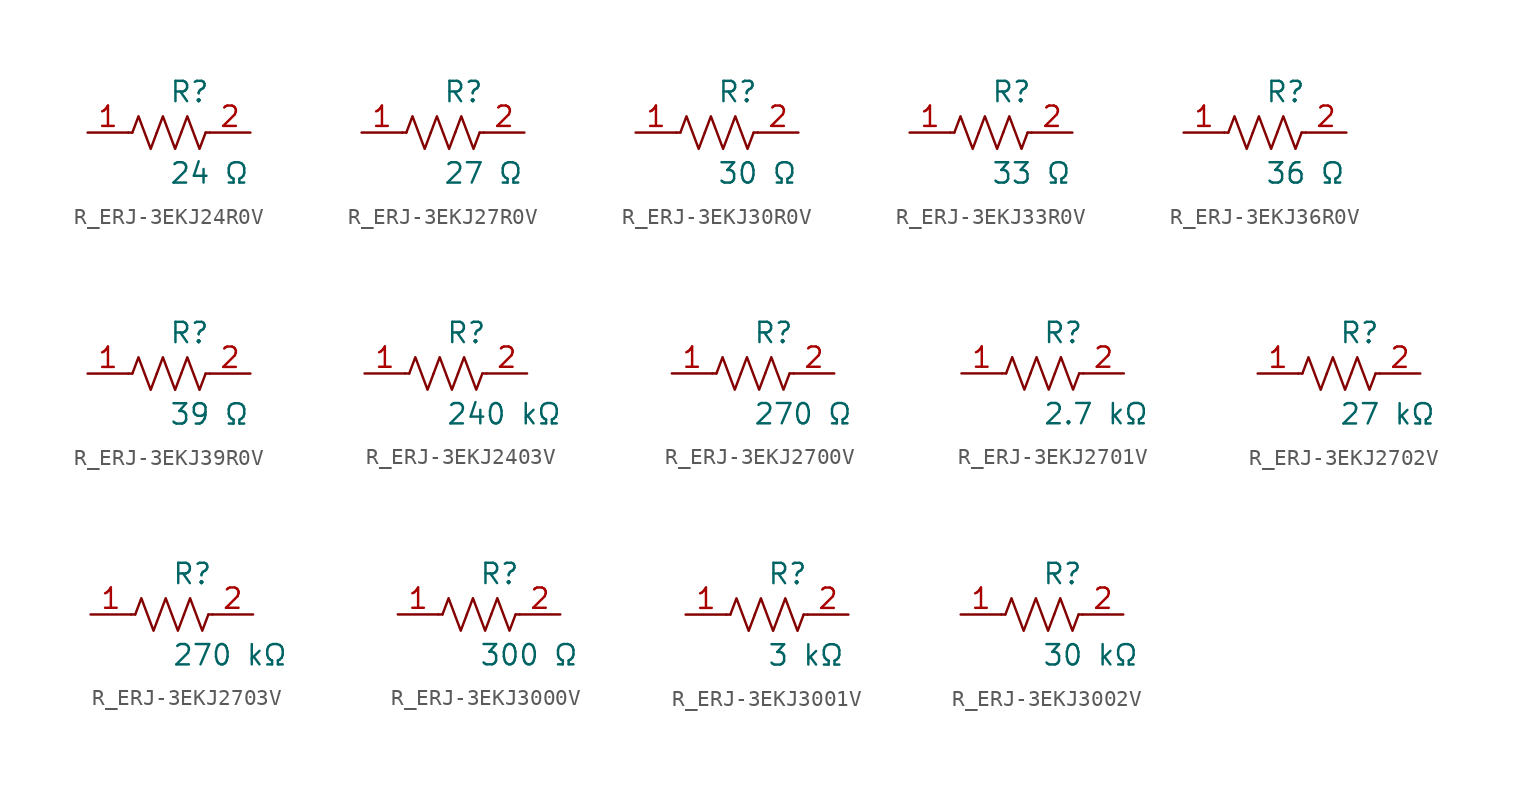
<source format=kicad_sym>
(kicad_symbol_lib
  (version 20231120)
  (generator "kicad_symbol_editor")
  (generator_version "8.0")
  (symbol "R_ERJ-3EKJ24R0V"
    (pin_names
      (offset 0.254))
    (property "Reference" "R"
      (at 0 2.54 0)
      (effects (font (size 1.27 1.27)) (justify left)))
    (property "Value" "24 Ω"
      (at 0 -2.54 0)
      (effects (font (size 1.27 1.27)) (justify left)))
    (symbol "R_ERJ-3EKJ24R0V_0_1"
      (polyline (pts (xy 2.286 0) (xy 2.54 0)) (stroke (width 0) (type default)) (fill (type none)))
      (polyline (pts (xy -2.286 0) (xy -2.54 0)) (stroke (width 0) (type default)) (fill (type none)))
      (polyline (pts (xy 0.762 0) (xy 1.143 1.016) (xy 1.524 0) (xy 1.905 -1.016) (xy 2.286 0)) (stroke (width 0) (type default)) (fill (type none)))
      (polyline (pts (xy -0.762 0) (xy -0.381 1.016) (xy 0 0) (xy 0.381 -1.016) (xy 0.762 0)) (stroke (width 0) (type default)) (fill (type none)))
      (polyline (pts (xy -2.286 0) (xy -1.905 1.016) (xy -1.524 0) (xy -1.143 -1.016) (xy -0.762 0)) (stroke (width 0) (type default)) (fill (type none))))
    (pin unspecified line
      (at -5.08 0 0)
      (length 2.54)
      (name "" (effects (font (size 1.27 1.27))))
      (number "1" (effects (font (size 1.27 1.27)))))
    (pin unspecified line
      (at 5.08 0 180)
      (length 2.54)
      (name "" (effects (font (size 1.27 1.27))))
      (number "2" (effects (font (size 1.27 1.27))))))
  (symbol "R_ERJ-3EKJ27R0V"
    (pin_names
      (offset 0.254))
    (property "Reference" "R"
      (at 0 2.54 0)
      (effects (font (size 1.27 1.27)) (justify left)))
    (property "Value" "27 Ω"
      (at 0 -2.54 0)
      (effects (font (size 1.27 1.27)) (justify left)))
    (symbol "R_ERJ-3EKJ27R0V_0_1"
      (polyline (pts (xy 2.286 0) (xy 2.54 0)) (stroke (width 0) (type default)) (fill (type none)))
      (polyline (pts (xy -2.286 0) (xy -2.54 0)) (stroke (width 0) (type default)) (fill (type none)))
      (polyline (pts (xy 0.762 0) (xy 1.143 1.016) (xy 1.524 0) (xy 1.905 -1.016) (xy 2.286 0)) (stroke (width 0) (type default)) (fill (type none)))
      (polyline (pts (xy -0.762 0) (xy -0.381 1.016) (xy 0 0) (xy 0.381 -1.016) (xy 0.762 0)) (stroke (width 0) (type default)) (fill (type none)))
      (polyline (pts (xy -2.286 0) (xy -1.905 1.016) (xy -1.524 0) (xy -1.143 -1.016) (xy -0.762 0)) (stroke (width 0) (type default)) (fill (type none))))
    (pin unspecified line
      (at -5.08 0 0)
      (length 2.54)
      (name "" (effects (font (size 1.27 1.27))))
      (number "1" (effects (font (size 1.27 1.27)))))
    (pin unspecified line
      (at 5.08 0 180)
      (length 2.54)
      (name "" (effects (font (size 1.27 1.27))))
      (number "2" (effects (font (size 1.27 1.27))))))
  (symbol "R_ERJ-3EKJ30R0V"
    (pin_names
      (offset 0.254))
    (property "Reference" "R"
      (at 0 2.54 0)
      (effects (font (size 1.27 1.27)) (justify left)))
    (property "Value" "30 Ω"
      (at 0 -2.54 0)
      (effects (font (size 1.27 1.27)) (justify left)))
    (symbol "R_ERJ-3EKJ30R0V_0_1"
      (polyline (pts (xy 2.286 0) (xy 2.54 0)) (stroke (width 0) (type default)) (fill (type none)))
      (polyline (pts (xy -2.286 0) (xy -2.54 0)) (stroke (width 0) (type default)) (fill (type none)))
      (polyline (pts (xy 0.762 0) (xy 1.143 1.016) (xy 1.524 0) (xy 1.905 -1.016) (xy 2.286 0)) (stroke (width 0) (type default)) (fill (type none)))
      (polyline (pts (xy -0.762 0) (xy -0.381 1.016) (xy 0 0) (xy 0.381 -1.016) (xy 0.762 0)) (stroke (width 0) (type default)) (fill (type none)))
      (polyline (pts (xy -2.286 0) (xy -1.905 1.016) (xy -1.524 0) (xy -1.143 -1.016) (xy -0.762 0)) (stroke (width 0) (type default)) (fill (type none))))
    (pin unspecified line
      (at -5.08 0 0)
      (length 2.54)
      (name "" (effects (font (size 1.27 1.27))))
      (number "1" (effects (font (size 1.27 1.27)))))
    (pin unspecified line
      (at 5.08 0 180)
      (length 2.54)
      (name "" (effects (font (size 1.27 1.27))))
      (number "2" (effects (font (size 1.27 1.27))))))
  (symbol "R_ERJ-3EKJ33R0V"
    (pin_names
      (offset 0.254))
    (property "Reference" "R"
      (at 0 2.54 0)
      (effects (font (size 1.27 1.27)) (justify left)))
    (property "Value" "33 Ω"
      (at 0 -2.54 0)
      (effects (font (size 1.27 1.27)) (justify left)))
    (symbol "R_ERJ-3EKJ33R0V_0_1"
      (polyline (pts (xy 2.286 0) (xy 2.54 0)) (stroke (width 0) (type default)) (fill (type none)))
      (polyline (pts (xy -2.286 0) (xy -2.54 0)) (stroke (width 0) (type default)) (fill (type none)))
      (polyline (pts (xy 0.762 0) (xy 1.143 1.016) (xy 1.524 0) (xy 1.905 -1.016) (xy 2.286 0)) (stroke (width 0) (type default)) (fill (type none)))
      (polyline (pts (xy -0.762 0) (xy -0.381 1.016) (xy 0 0) (xy 0.381 -1.016) (xy 0.762 0)) (stroke (width 0) (type default)) (fill (type none)))
      (polyline (pts (xy -2.286 0) (xy -1.905 1.016) (xy -1.524 0) (xy -1.143 -1.016) (xy -0.762 0)) (stroke (width 0) (type default)) (fill (type none))))
    (pin unspecified line
      (at -5.08 0 0)
      (length 2.54)
      (name "" (effects (font (size 1.27 1.27))))
      (number "1" (effects (font (size 1.27 1.27)))))
    (pin unspecified line
      (at 5.08 0 180)
      (length 2.54)
      (name "" (effects (font (size 1.27 1.27))))
      (number "2" (effects (font (size 1.27 1.27))))))
  (symbol "R_ERJ-3EKJ36R0V"
    (pin_names
      (offset 0.254))
    (property "Reference" "R"
      (at 0 2.54 0)
      (effects (font (size 1.27 1.27)) (justify left)))
    (property "Value" "36 Ω"
      (at 0 -2.54 0)
      (effects (font (size 1.27 1.27)) (justify left)))
    (symbol "R_ERJ-3EKJ36R0V_0_1"
      (polyline (pts (xy 2.286 0) (xy 2.54 0)) (stroke (width 0) (type default)) (fill (type none)))
      (polyline (pts (xy -2.286 0) (xy -2.54 0)) (stroke (width 0) (type default)) (fill (type none)))
      (polyline (pts (xy 0.762 0) (xy 1.143 1.016) (xy 1.524 0) (xy 1.905 -1.016) (xy 2.286 0)) (stroke (width 0) (type default)) (fill (type none)))
      (polyline (pts (xy -0.762 0) (xy -0.381 1.016) (xy 0 0) (xy 0.381 -1.016) (xy 0.762 0)) (stroke (width 0) (type default)) (fill (type none)))
      (polyline (pts (xy -2.286 0) (xy -1.905 1.016) (xy -1.524 0) (xy -1.143 -1.016) (xy -0.762 0)) (stroke (width 0) (type default)) (fill (type none))))
    (pin unspecified line
      (at -5.08 0 0)
      (length 2.54)
      (name "" (effects (font (size 1.27 1.27))))
      (number "1" (effects (font (size 1.27 1.27)))))
    (pin unspecified line
      (at 5.08 0 180)
      (length 2.54)
      (name "" (effects (font (size 1.27 1.27))))
      (number "2" (effects (font (size 1.27 1.27))))))
  (symbol "R_ERJ-3EKJ39R0V"
    (pin_names
      (offset 0.254))
    (property "Reference" "R"
      (at 0 2.54 0)
      (effects (font (size 1.27 1.27)) (justify left)))
    (property "Value" "39 Ω"
      (at 0 -2.54 0)
      (effects (font (size 1.27 1.27)) (justify left)))
    (symbol "R_ERJ-3EKJ39R0V_0_1"
      (polyline (pts (xy 2.286 0) (xy 2.54 0)) (stroke (width 0) (type default)) (fill (type none)))
      (polyline (pts (xy -2.286 0) (xy -2.54 0)) (stroke (width 0) (type default)) (fill (type none)))
      (polyline (pts (xy 0.762 0) (xy 1.143 1.016) (xy 1.524 0) (xy 1.905 -1.016) (xy 2.286 0)) (stroke (width 0) (type default)) (fill (type none)))
      (polyline (pts (xy -0.762 0) (xy -0.381 1.016) (xy 0 0) (xy 0.381 -1.016) (xy 0.762 0)) (stroke (width 0) (type default)) (fill (type none)))
      (polyline (pts (xy -2.286 0) (xy -1.905 1.016) (xy -1.524 0) (xy -1.143 -1.016) (xy -0.762 0)) (stroke (width 0) (type default)) (fill (type none))))
    (pin unspecified line
      (at -5.08 0 0)
      (length 2.54)
      (name "" (effects (font (size 1.27 1.27))))
      (number "1" (effects (font (size 1.27 1.27)))))
    (pin unspecified line
      (at 5.08 0 180)
      (length 2.54)
      (name "" (effects (font (size 1.27 1.27))))
      (number "2" (effects (font (size 1.27 1.27))))))
  (symbol "R_ERJ-3EKJ2403V"
    (pin_names
      (offset 0.254))
    (property "Reference" "R"
      (at 0 2.54 0)
      (effects (font (size 1.27 1.27)) (justify left)))
    (property "Value" "240 kΩ"
      (at 0 -2.54 0)
      (effects (font (size 1.27 1.27)) (justify left)))
    (symbol "R_ERJ-3EKJ2403V_0_1"
      (polyline (pts (xy 2.286 0) (xy 2.54 0)) (stroke (width 0) (type default)) (fill (type none)))
      (polyline (pts (xy -2.286 0) (xy -2.54 0)) (stroke (width 0) (type default)) (fill (type none)))
      (polyline (pts (xy 0.762 0) (xy 1.143 1.016) (xy 1.524 0) (xy 1.905 -1.016) (xy 2.286 0)) (stroke (width 0) (type default)) (fill (type none)))
      (polyline (pts (xy -0.762 0) (xy -0.381 1.016) (xy 0 0) (xy 0.381 -1.016) (xy 0.762 0)) (stroke (width 0) (type default)) (fill (type none)))
      (polyline (pts (xy -2.286 0) (xy -1.905 1.016) (xy -1.524 0) (xy -1.143 -1.016) (xy -0.762 0)) (stroke (width 0) (type default)) (fill (type none))))
    (pin unspecified line
      (at -5.08 0 0)
      (length 2.54)
      (name "" (effects (font (size 1.27 1.27))))
      (number "1" (effects (font (size 1.27 1.27)))))
    (pin unspecified line
      (at 5.08 0 180)
      (length 2.54)
      (name "" (effects (font (size 1.27 1.27))))
      (number "2" (effects (font (size 1.27 1.27))))))
  (symbol "R_ERJ-3EKJ2700V"
    (pin_names
      (offset 0.254))
    (property "Reference" "R"
      (at 0 2.54 0)
      (effects (font (size 1.27 1.27)) (justify left)))
    (property "Value" "270 Ω"
      (at 0 -2.54 0)
      (effects (font (size 1.27 1.27)) (justify left)))
    (symbol "R_ERJ-3EKJ2700V_0_1"
      (polyline (pts (xy 2.286 0) (xy 2.54 0)) (stroke (width 0) (type default)) (fill (type none)))
      (polyline (pts (xy -2.286 0) (xy -2.54 0)) (stroke (width 0) (type default)) (fill (type none)))
      (polyline (pts (xy 0.762 0) (xy 1.143 1.016) (xy 1.524 0) (xy 1.905 -1.016) (xy 2.286 0)) (stroke (width 0) (type default)) (fill (type none)))
      (polyline (pts (xy -0.762 0) (xy -0.381 1.016) (xy 0 0) (xy 0.381 -1.016) (xy 0.762 0)) (stroke (width 0) (type default)) (fill (type none)))
      (polyline (pts (xy -2.286 0) (xy -1.905 1.016) (xy -1.524 0) (xy -1.143 -1.016) (xy -0.762 0)) (stroke (width 0) (type default)) (fill (type none))))
    (pin unspecified line
      (at -5.08 0 0)
      (length 2.54)
      (name "" (effects (font (size 1.27 1.27))))
      (number "1" (effects (font (size 1.27 1.27)))))
    (pin unspecified line
      (at 5.08 0 180)
      (length 2.54)
      (name "" (effects (font (size 1.27 1.27))))
      (number "2" (effects (font (size 1.27 1.27))))))
  (symbol "R_ERJ-3EKJ2701V"
    (pin_names
      (offset 0.254))
    (property "Reference" "R"
      (at 0 2.54 0)
      (effects (font (size 1.27 1.27)) (justify left)))
    (property "Value" "2.7 kΩ"
      (at 0 -2.54 0)
      (effects (font (size 1.27 1.27)) (justify left)))
    (symbol "R_ERJ-3EKJ2701V_0_1"
      (polyline (pts (xy 2.286 0) (xy 2.54 0)) (stroke (width 0) (type default)) (fill (type none)))
      (polyline (pts (xy -2.286 0) (xy -2.54 0)) (stroke (width 0) (type default)) (fill (type none)))
      (polyline (pts (xy 0.762 0) (xy 1.143 1.016) (xy 1.524 0) (xy 1.905 -1.016) (xy 2.286 0)) (stroke (width 0) (type default)) (fill (type none)))
      (polyline (pts (xy -0.762 0) (xy -0.381 1.016) (xy 0 0) (xy 0.381 -1.016) (xy 0.762 0)) (stroke (width 0) (type default)) (fill (type none)))
      (polyline (pts (xy -2.286 0) (xy -1.905 1.016) (xy -1.524 0) (xy -1.143 -1.016) (xy -0.762 0)) (stroke (width 0) (type default)) (fill (type none))))
    (pin unspecified line
      (at -5.08 0 0)
      (length 2.54)
      (name "" (effects (font (size 1.27 1.27))))
      (number "1" (effects (font (size 1.27 1.27)))))
    (pin unspecified line
      (at 5.08 0 180)
      (length 2.54)
      (name "" (effects (font (size 1.27 1.27))))
      (number "2" (effects (font (size 1.27 1.27))))))
  (symbol "R_ERJ-3EKJ2702V"
    (pin_names
      (offset 0.254))
    (property "Reference" "R"
      (at 0 2.54 0)
      (effects (font (size 1.27 1.27)) (justify left)))
    (property "Value" "27 kΩ"
      (at 0 -2.54 0)
      (effects (font (size 1.27 1.27)) (justify left)))
    (symbol "R_ERJ-3EKJ2702V_0_1"
      (polyline (pts (xy 2.286 0) (xy 2.54 0)) (stroke (width 0) (type default)) (fill (type none)))
      (polyline (pts (xy -2.286 0) (xy -2.54 0)) (stroke (width 0) (type default)) (fill (type none)))
      (polyline (pts (xy 0.762 0) (xy 1.143 1.016) (xy 1.524 0) (xy 1.905 -1.016) (xy 2.286 0)) (stroke (width 0) (type default)) (fill (type none)))
      (polyline (pts (xy -0.762 0) (xy -0.381 1.016) (xy 0 0) (xy 0.381 -1.016) (xy 0.762 0)) (stroke (width 0) (type default)) (fill (type none)))
      (polyline (pts (xy -2.286 0) (xy -1.905 1.016) (xy -1.524 0) (xy -1.143 -1.016) (xy -0.762 0)) (stroke (width 0) (type default)) (fill (type none))))
    (pin unspecified line
      (at -5.08 0 0)
      (length 2.54)
      (name "" (effects (font (size 1.27 1.27))))
      (number "1" (effects (font (size 1.27 1.27)))))
    (pin unspecified line
      (at 5.08 0 180)
      (length 2.54)
      (name "" (effects (font (size 1.27 1.27))))
      (number "2" (effects (font (size 1.27 1.27))))))
  (symbol "R_ERJ-3EKJ2703V"
    (pin_names
      (offset 0.254))
    (property "Reference" "R"
      (at 0 2.54 0)
      (effects (font (size 1.27 1.27)) (justify left)))
    (property "Value" "270 kΩ"
      (at 0 -2.54 0)
      (effects (font (size 1.27 1.27)) (justify left)))
    (symbol "R_ERJ-3EKJ2703V_0_1"
      (polyline (pts (xy 2.286 0) (xy 2.54 0)) (stroke (width 0) (type default)) (fill (type none)))
      (polyline (pts (xy -2.286 0) (xy -2.54 0)) (stroke (width 0) (type default)) (fill (type none)))
      (polyline (pts (xy 0.762 0) (xy 1.143 1.016) (xy 1.524 0) (xy 1.905 -1.016) (xy 2.286 0)) (stroke (width 0) (type default)) (fill (type none)))
      (polyline (pts (xy -0.762 0) (xy -0.381 1.016) (xy 0 0) (xy 0.381 -1.016) (xy 0.762 0)) (stroke (width 0) (type default)) (fill (type none)))
      (polyline (pts (xy -2.286 0) (xy -1.905 1.016) (xy -1.524 0) (xy -1.143 -1.016) (xy -0.762 0)) (stroke (width 0) (type default)) (fill (type none))))
    (pin unspecified line
      (at -5.08 0 0)
      (length 2.54)
      (name "" (effects (font (size 1.27 1.27))))
      (number "1" (effects (font (size 1.27 1.27)))))
    (pin unspecified line
      (at 5.08 0 180)
      (length 2.54)
      (name "" (effects (font (size 1.27 1.27))))
      (number "2" (effects (font (size 1.27 1.27))))))
  (symbol "R_ERJ-3EKJ3000V"
    (pin_names
      (offset 0.254))
    (property "Reference" "R"
      (at 0 2.54 0)
      (effects (font (size 1.27 1.27)) (justify left)))
    (property "Value" "300 Ω"
      (at 0 -2.54 0)
      (effects (font (size 1.27 1.27)) (justify left)))
    (symbol "R_ERJ-3EKJ3000V_0_1"
      (polyline (pts (xy 2.286 0) (xy 2.54 0)) (stroke (width 0) (type default)) (fill (type none)))
      (polyline (pts (xy -2.286 0) (xy -2.54 0)) (stroke (width 0) (type default)) (fill (type none)))
      (polyline (pts (xy 0.762 0) (xy 1.143 1.016) (xy 1.524 0) (xy 1.905 -1.016) (xy 2.286 0)) (stroke (width 0) (type default)) (fill (type none)))
      (polyline (pts (xy -0.762 0) (xy -0.381 1.016) (xy 0 0) (xy 0.381 -1.016) (xy 0.762 0)) (stroke (width 0) (type default)) (fill (type none)))
      (polyline (pts (xy -2.286 0) (xy -1.905 1.016) (xy -1.524 0) (xy -1.143 -1.016) (xy -0.762 0)) (stroke (width 0) (type default)) (fill (type none))))
    (pin unspecified line
      (at -5.08 0 0)
      (length 2.54)
      (name "" (effects (font (size 1.27 1.27))))
      (number "1" (effects (font (size 1.27 1.27)))))
    (pin unspecified line
      (at 5.08 0 180)
      (length 2.54)
      (name "" (effects (font (size 1.27 1.27))))
      (number "2" (effects (font (size 1.27 1.27))))))
  (symbol "R_ERJ-3EKJ3001V"
    (pin_names
      (offset 0.254))
    (property "Reference" "R"
      (at 0 2.54 0)
      (effects (font (size 1.27 1.27)) (justify left)))
    (property "Value" "3 kΩ"
      (at 0 -2.54 0)
      (effects (font (size 1.27 1.27)) (justify left)))
    (symbol "R_ERJ-3EKJ3001V_0_1"
      (polyline (pts (xy 2.286 0) (xy 2.54 0)) (stroke (width 0) (type default)) (fill (type none)))
      (polyline (pts (xy -2.286 0) (xy -2.54 0)) (stroke (width 0) (type default)) (fill (type none)))
      (polyline (pts (xy 0.762 0) (xy 1.143 1.016) (xy 1.524 0) (xy 1.905 -1.016) (xy 2.286 0)) (stroke (width 0) (type default)) (fill (type none)))
      (polyline (pts (xy -0.762 0) (xy -0.381 1.016) (xy 0 0) (xy 0.381 -1.016) (xy 0.762 0)) (stroke (width 0) (type default)) (fill (type none)))
      (polyline (pts (xy -2.286 0) (xy -1.905 1.016) (xy -1.524 0) (xy -1.143 -1.016) (xy -0.762 0)) (stroke (width 0) (type default)) (fill (type none))))
    (pin unspecified line
      (at -5.08 0 0)
      (length 2.54)
      (name "" (effects (font (size 1.27 1.27))))
      (number "1" (effects (font (size 1.27 1.27)))))
    (pin unspecified line
      (at 5.08 0 180)
      (length 2.54)
      (name "" (effects (font (size 1.27 1.27))))
      (number "2" (effects (font (size 1.27 1.27))))))
  (symbol "R_ERJ-3EKJ3002V"
    (pin_names
      (offset 0.254))
    (property "Reference" "R"
      (at 0 2.54 0)
      (effects (font (size 1.27 1.27)) (justify left)))
    (property "Value" "30 kΩ"
      (at 0 -2.54 0)
      (effects (font (size 1.27 1.27)) (justify left)))
    (symbol "R_ERJ-3EKJ3002V_0_1"
      (polyline (pts (xy 2.286 0) (xy 2.54 0)) (stroke (width 0) (type default)) (fill (type none)))
      (polyline (pts (xy -2.286 0) (xy -2.54 0)) (stroke (width 0) (type default)) (fill (type none)))
      (polyline (pts (xy 0.762 0) (xy 1.143 1.016) (xy 1.524 0) (xy 1.905 -1.016) (xy 2.286 0)) (stroke (width 0) (type default)) (fill (type none)))
      (polyline (pts (xy -0.762 0) (xy -0.381 1.016) (xy 0 0) (xy 0.381 -1.016) (xy 0.762 0)) (stroke (width 0) (type default)) (fill (type none)))
      (polyline (pts (xy -2.286 0) (xy -1.905 1.016) (xy -1.524 0) (xy -1.143 -1.016) (xy -0.762 0)) (stroke (width 0) (type default)) (fill (type none))))
    (pin unspecified line
      (at -5.08 0 0)
      (length 2.54)
      (name "" (effects (font (size 1.27 1.27))))
      (number "1" (effects (font (size 1.27 1.27)))))
    (pin unspecified line
      (at 5.08 0 180)
      (length 2.54)
      (name "" (effects (font (size 1.27 1.27))))
      (number "2" (effects (font (size 1.27 1.27)))))))
</source>
